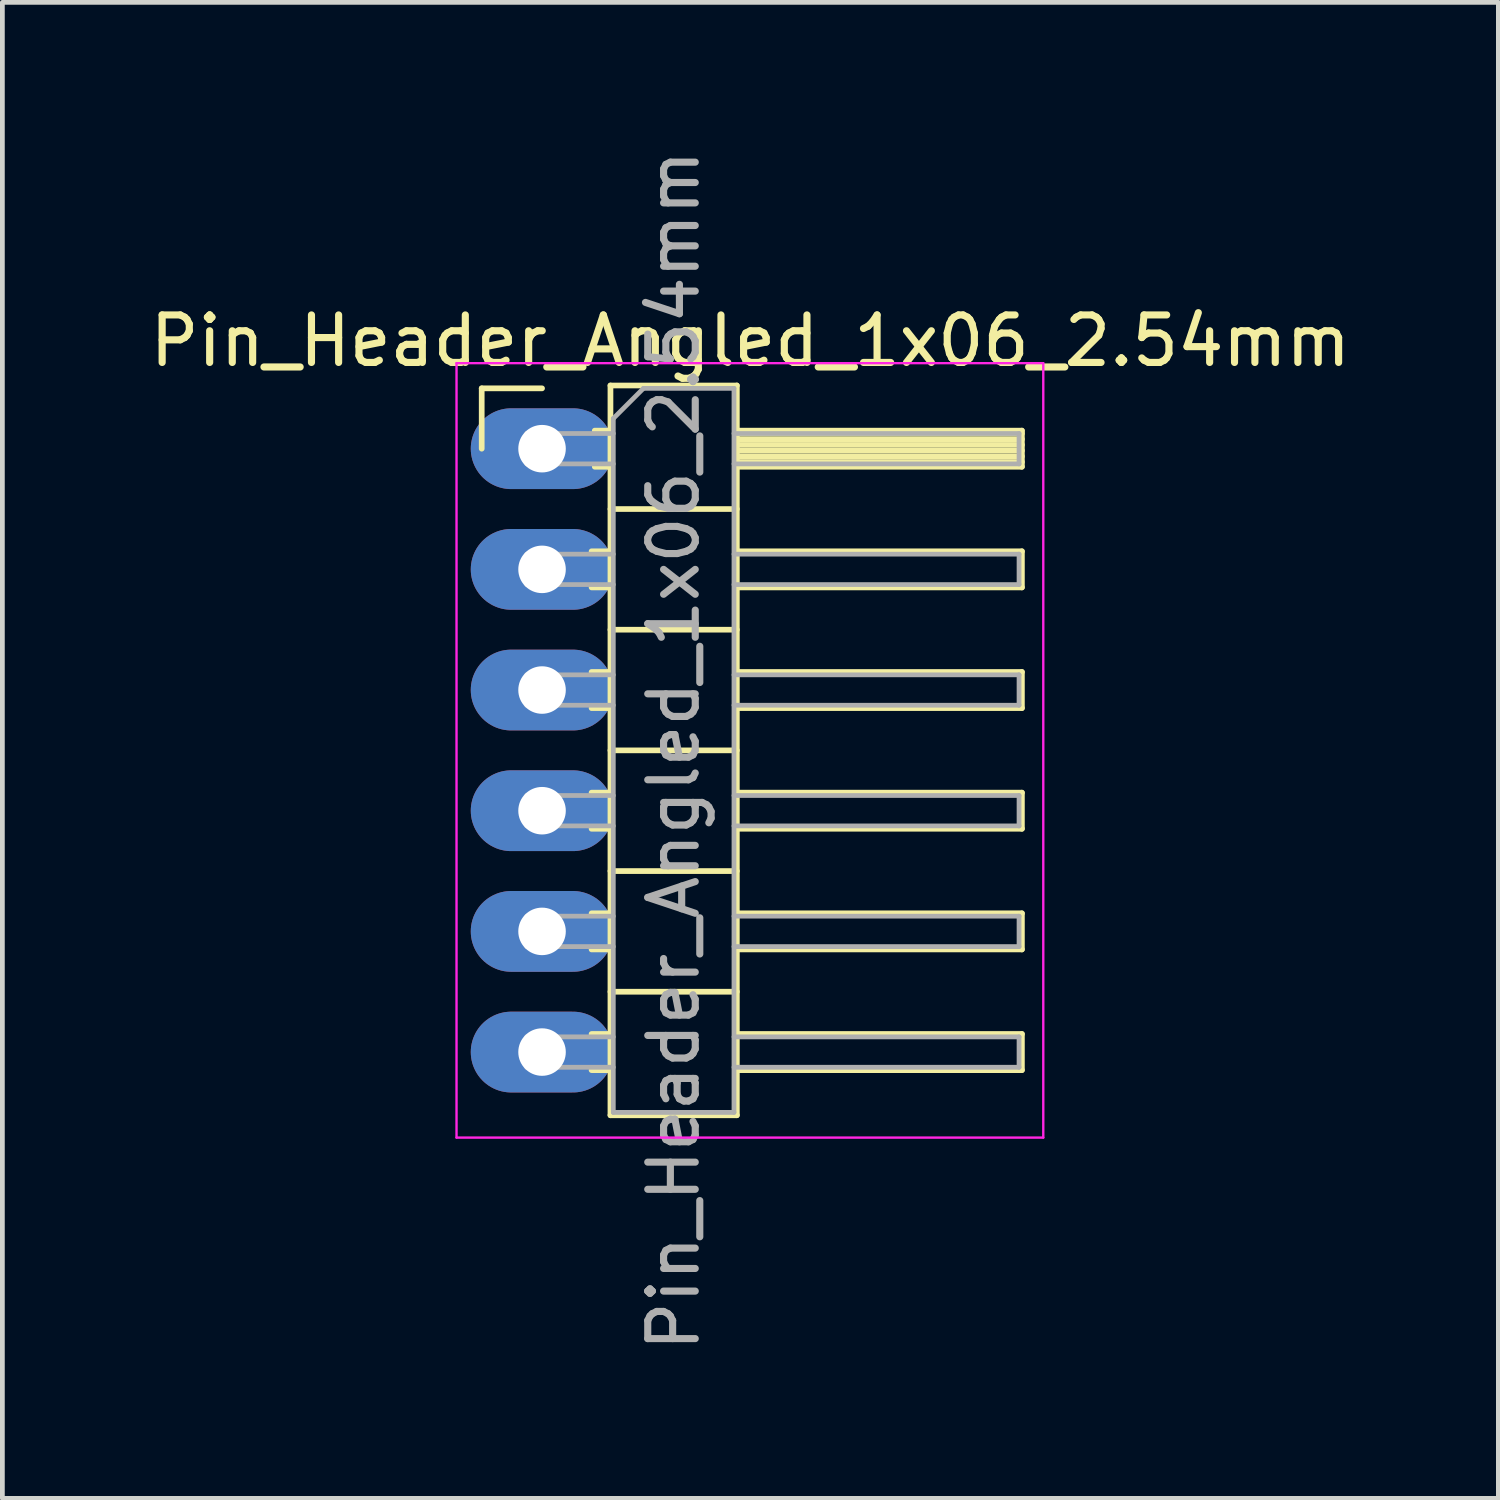
<source format=kicad_pcb>
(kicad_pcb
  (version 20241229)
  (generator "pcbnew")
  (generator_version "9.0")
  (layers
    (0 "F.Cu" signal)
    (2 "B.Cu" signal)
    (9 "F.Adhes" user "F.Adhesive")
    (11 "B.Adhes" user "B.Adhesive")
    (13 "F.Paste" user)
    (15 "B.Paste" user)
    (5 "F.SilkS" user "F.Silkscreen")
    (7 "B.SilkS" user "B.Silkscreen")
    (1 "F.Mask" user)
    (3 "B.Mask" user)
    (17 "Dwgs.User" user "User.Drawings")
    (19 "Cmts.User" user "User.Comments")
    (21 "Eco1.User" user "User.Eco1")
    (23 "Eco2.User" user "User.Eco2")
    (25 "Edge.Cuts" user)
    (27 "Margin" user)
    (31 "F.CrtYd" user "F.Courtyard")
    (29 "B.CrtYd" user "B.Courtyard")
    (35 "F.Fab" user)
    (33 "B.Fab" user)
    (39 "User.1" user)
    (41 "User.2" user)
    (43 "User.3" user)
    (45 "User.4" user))
  (footprint "Pin_Header_Angled_1x06_2.54mm"
    (layer "F.Cu")
    (at 8.359 6.394)
    (property "Reference" "Pin_Header_Angled_1x06_2.54mm" (at 4.385 -2.27 0) (layer "F.SilkS") (effects (font (size 1 1) (thickness 0.15))))
    (attr through_hole)
    (fp_line (start -1.27 -1.27) (end 0 -1.27) (stroke (width 0.12) (type solid)) (layer "F.SilkS"))
    (fp_line (start -1.27 0) (end -1.27 -1.27) (stroke (width 0.12) (type solid)) (layer "F.SilkS"))
    (fp_line (start 1.043 2.16) (end 1.44 2.16) (stroke (width 0.12) (type solid)) (layer "F.SilkS"))
    (fp_line (start 1.043 2.92) (end 1.44 2.92) (stroke (width 0.12) (type solid)) (layer "F.SilkS"))
    (fp_line (start 1.043 4.7) (end 1.44 4.7) (stroke (width 0.12) (type solid)) (layer "F.SilkS"))
    (fp_line (start 1.043 5.46) (end 1.44 5.46) (stroke (width 0.12) (type solid)) (layer "F.SilkS"))
    (fp_line (start 1.043 7.24) (end 1.44 7.24) (stroke (width 0.12) (type solid)) (layer "F.SilkS"))
    (fp_line (start 1.043 8) (end 1.44 8) (stroke (width 0.12) (type solid)) (layer "F.SilkS"))
    (fp_line (start 1.043 9.78) (end 1.44 9.78) (stroke (width 0.12) (type solid)) (layer "F.SilkS"))
    (fp_line (start 1.043 10.54) (end 1.44 10.54) (stroke (width 0.12) (type solid)) (layer "F.SilkS"))
    (fp_line (start 1.043 12.32) (end 1.44 12.32) (stroke (width 0.12) (type solid)) (layer "F.SilkS"))
    (fp_line (start 1.043 13.08) (end 1.44 13.08) (stroke (width 0.12) (type solid)) (layer "F.SilkS"))
    (fp_line (start 1.11 -0.38) (end 1.44 -0.38) (stroke (width 0.12) (type solid)) (layer "F.SilkS"))
    (fp_line (start 1.11 0.38) (end 1.44 0.38) (stroke (width 0.12) (type solid)) (layer "F.SilkS"))
    (fp_line (start 1.44 -1.33) (end 1.44 14.03) (stroke (width 0.12) (type solid)) (layer "F.SilkS"))
    (fp_line (start 1.44 1.27) (end 4.1 1.27) (stroke (width 0.12) (type solid)) (layer "F.SilkS"))
    (fp_line (start 1.44 3.81) (end 4.1 3.81) (stroke (width 0.12) (type solid)) (layer "F.SilkS"))
    (fp_line (start 1.44 6.35) (end 4.1 6.35) (stroke (width 0.12) (type solid)) (layer "F.SilkS"))
    (fp_line (start 1.44 8.89) (end 4.1 8.89) (stroke (width 0.12) (type solid)) (layer "F.SilkS"))
    (fp_line (start 1.44 11.43) (end 4.1 11.43) (stroke (width 0.12) (type solid)) (layer "F.SilkS"))
    (fp_line (start 1.44 14.03) (end 4.1 14.03) (stroke (width 0.12) (type solid)) (layer "F.SilkS"))
    (fp_line (start 4.1 -1.33) (end 1.44 -1.33) (stroke (width 0.12) (type solid)) (layer "F.SilkS"))
    (fp_line (start 4.1 -0.38) (end 10.1 -0.38) (stroke (width 0.12) (type solid)) (layer "F.SilkS"))
    (fp_line (start 4.1 -0.32) (end 10.1 -0.32) (stroke (width 0.12) (type solid)) (layer "F.SilkS"))
    (fp_line (start 4.1 -0.2) (end 10.1 -0.2) (stroke (width 0.12) (type solid)) (layer "F.SilkS"))
    (fp_line (start 4.1 -0.08) (end 10.1 -0.08) (stroke (width 0.12) (type solid)) (layer "F.SilkS"))
    (fp_line (start 4.1 0.04) (end 10.1 0.04) (stroke (width 0.12) (type solid)) (layer "F.SilkS"))
    (fp_line (start 4.1 0.16) (end 10.1 0.16) (stroke (width 0.12) (type solid)) (layer "F.SilkS"))
    (fp_line (start 4.1 0.28) (end 10.1 0.28) (stroke (width 0.12) (type solid)) (layer "F.SilkS"))
    (fp_line (start 4.1 2.16) (end 10.1 2.16) (stroke (width 0.12) (type solid)) (layer "F.SilkS"))
    (fp_line (start 4.1 4.7) (end 10.1 4.7) (stroke (width 0.12) (type solid)) (layer "F.SilkS"))
    (fp_line (start 4.1 7.24) (end 10.1 7.24) (stroke (width 0.12) (type solid)) (layer "F.SilkS"))
    (fp_line (start 4.1 9.78) (end 10.1 9.78) (stroke (width 0.12) (type solid)) (layer "F.SilkS"))
    (fp_line (start 4.1 12.32) (end 10.1 12.32) (stroke (width 0.12) (type solid)) (layer "F.SilkS"))
    (fp_line (start 4.1 14.03) (end 4.1 -1.33) (stroke (width 0.12) (type solid)) (layer "F.SilkS"))
    (fp_line (start 10.1 -0.38) (end 10.1 0.38) (stroke (width 0.12) (type solid)) (layer "F.SilkS"))
    (fp_line (start 10.1 0.38) (end 4.1 0.38) (stroke (width 0.12) (type solid)) (layer "F.SilkS"))
    (fp_line (start 10.1 2.16) (end 10.1 2.92) (stroke (width 0.12) (type solid)) (layer "F.SilkS"))
    (fp_line (start 10.1 2.92) (end 4.1 2.92) (stroke (width 0.12) (type solid)) (layer "F.SilkS"))
    (fp_line (start 10.1 4.7) (end 10.1 5.46) (stroke (width 0.12) (type solid)) (layer "F.SilkS"))
    (fp_line (start 10.1 5.46) (end 4.1 5.46) (stroke (width 0.12) (type solid)) (layer "F.SilkS"))
    (fp_line (start 10.1 7.24) (end 10.1 8) (stroke (width 0.12) (type solid)) (layer "F.SilkS"))
    (fp_line (start 10.1 8) (end 4.1 8) (stroke (width 0.12) (type solid)) (layer "F.SilkS"))
    (fp_line (start 10.1 9.78) (end 10.1 10.54) (stroke (width 0.12) (type solid)) (layer "F.SilkS"))
    (fp_line (start 10.1 10.54) (end 4.1 10.54) (stroke (width 0.12) (type solid)) (layer "F.SilkS"))
    (fp_line (start 10.1 12.32) (end 10.1 13.08) (stroke (width 0.12) (type solid)) (layer "F.SilkS"))
    (fp_line (start 10.1 13.08) (end 4.1 13.08) (stroke (width 0.12) (type solid)) (layer "F.SilkS"))
    (fp_line (start -1.8 -1.8) (end -1.8 14.5) (stroke (width 0.05) (type solid)) (layer "F.CrtYd"))
    (fp_line (start -1.8 14.5) (end 10.55 14.5) (stroke (width 0.05) (type solid)) (layer "F.CrtYd"))
    (fp_line (start 10.55 -1.8) (end -1.8 -1.8) (stroke (width 0.05) (type solid)) (layer "F.CrtYd"))
    (fp_line (start 10.55 14.5) (end 10.55 -1.8) (stroke (width 0.05) (type solid)) (layer "F.CrtYd"))
    (fp_line (start -0.32 -0.32) (end -0.32 0.32) (stroke (width 0.1) (type solid)) (layer "F.Fab"))
    (fp_line (start -0.32 -0.32) (end 1.5 -0.32) (stroke (width 0.1) (type solid)) (layer "F.Fab"))
    (fp_line (start -0.32 0.32) (end 1.5 0.32) (stroke (width 0.1) (type solid)) (layer "F.Fab"))
    (fp_line (start -0.32 2.22) (end -0.32 2.86) (stroke (width 0.1) (type solid)) (layer "F.Fab"))
    (fp_line (start -0.32 2.22) (end 1.5 2.22) (stroke (width 0.1) (type solid)) (layer "F.Fab"))
    (fp_line (start -0.32 2.86) (end 1.5 2.86) (stroke (width 0.1) (type solid)) (layer "F.Fab"))
    (fp_line (start -0.32 4.76) (end -0.32 5.4) (stroke (width 0.1) (type solid)) (layer "F.Fab"))
    (fp_line (start -0.32 4.76) (end 1.5 4.76) (stroke (width 0.1) (type solid)) (layer "F.Fab"))
    (fp_line (start -0.32 5.4) (end 1.5 5.4) (stroke (width 0.1) (type solid)) (layer "F.Fab"))
    (fp_line (start -0.32 7.3) (end -0.32 7.94) (stroke (width 0.1) (type solid)) (layer "F.Fab"))
    (fp_line (start -0.32 7.3) (end 1.5 7.3) (stroke (width 0.1) (type solid)) (layer "F.Fab"))
    (fp_line (start -0.32 7.94) (end 1.5 7.94) (stroke (width 0.1) (type solid)) (layer "F.Fab"))
    (fp_line (start -0.32 9.84) (end -0.32 10.48) (stroke (width 0.1) (type solid)) (layer "F.Fab"))
    (fp_line (start -0.32 9.84) (end 1.5 9.84) (stroke (width 0.1) (type solid)) (layer "F.Fab"))
    (fp_line (start -0.32 10.48) (end 1.5 10.48) (stroke (width 0.1) (type solid)) (layer "F.Fab"))
    (fp_line (start -0.32 12.38) (end -0.32 13.02) (stroke (width 0.1) (type solid)) (layer "F.Fab"))
    (fp_line (start -0.32 12.38) (end 1.5 12.38) (stroke (width 0.1) (type solid)) (layer "F.Fab"))
    (fp_line (start -0.32 13.02) (end 1.5 13.02) (stroke (width 0.1) (type solid)) (layer "F.Fab"))
    (fp_line (start 1.5 -0.635) (end 2.135 -1.27) (stroke (width 0.1) (type solid)) (layer "F.Fab"))
    (fp_line (start 1.5 13.97) (end 1.5 -0.635) (stroke (width 0.1) (type solid)) (layer "F.Fab"))
    (fp_line (start 2.135 -1.27) (end 4.04 -1.27) (stroke (width 0.1) (type solid)) (layer "F.Fab"))
    (fp_line (start 4.04 -1.27) (end 4.04 13.97) (stroke (width 0.1) (type solid)) (layer "F.Fab"))
    (fp_line (start 4.04 -0.32) (end 10.04 -0.32) (stroke (width 0.1) (type solid)) (layer "F.Fab"))
    (fp_line (start 4.04 0.32) (end 10.04 0.32) (stroke (width 0.1) (type solid)) (layer "F.Fab"))
    (fp_line (start 4.04 2.22) (end 10.04 2.22) (stroke (width 0.1) (type solid)) (layer "F.Fab"))
    (fp_line (start 4.04 2.86) (end 10.04 2.86) (stroke (width 0.1) (type solid)) (layer "F.Fab"))
    (fp_line (start 4.04 4.76) (end 10.04 4.76) (stroke (width 0.1) (type solid)) (layer "F.Fab"))
    (fp_line (start 4.04 5.4) (end 10.04 5.4) (stroke (width 0.1) (type solid)) (layer "F.Fab"))
    (fp_line (start 4.04 7.3) (end 10.04 7.3) (stroke (width 0.1) (type solid)) (layer "F.Fab"))
    (fp_line (start 4.04 7.94) (end 10.04 7.94) (stroke (width 0.1) (type solid)) (layer "F.Fab"))
    (fp_line (start 4.04 9.84) (end 10.04 9.84) (stroke (width 0.1) (type solid)) (layer "F.Fab"))
    (fp_line (start 4.04 10.48) (end 10.04 10.48) (stroke (width 0.1) (type solid)) (layer "F.Fab"))
    (fp_line (start 4.04 12.38) (end 10.04 12.38) (stroke (width 0.1) (type solid)) (layer "F.Fab"))
    (fp_line (start 4.04 13.02) (end 10.04 13.02) (stroke (width 0.1) (type solid)) (layer "F.Fab"))
    (fp_line (start 4.04 13.97) (end 1.5 13.97) (stroke (width 0.1) (type solid)) (layer "F.Fab"))
    (fp_line (start 10.04 -0.32) (end 10.04 0.32) (stroke (width 0.1) (type solid)) (layer "F.Fab"))
    (fp_line (start 10.04 2.22) (end 10.04 2.86) (stroke (width 0.1) (type solid)) (layer "F.Fab"))
    (fp_line (start 10.04 4.76) (end 10.04 5.4) (stroke (width 0.1) (type solid)) (layer "F.Fab"))
    (fp_line (start 10.04 7.3) (end 10.04 7.94) (stroke (width 0.1) (type solid)) (layer "F.Fab"))
    (fp_line (start 10.04 9.84) (end 10.04 10.48) (stroke (width 0.1) (type solid)) (layer "F.Fab"))
    (fp_line (start 10.04 12.38) (end 10.04 13.02) (stroke (width 0.1) (type solid)) (layer "F.Fab"))
    (fp_text user "${REFERENCE}" (at 2.77 6.35 90) (layer "F.Fab") (effects (font (size 1 1) (thickness 0.15))))
    (pad "1" thru_hole oval (at 0 0) (size 3 1.7) (drill 1) (layers "*.Cu" "*.Mask"))
    (pad "2" thru_hole oval (at 0 2.54) (size 3 1.7) (drill 1) (layers "*.Cu" "*.Mask"))
    (pad "3" thru_hole oval (at 0 5.08) (size 3 1.7) (drill 1) (layers "*.Cu" "*.Mask"))
    (pad "4" thru_hole oval (at 0 7.62) (size 3 1.7) (drill 1) (layers "*.Cu" "*.Mask"))
    (pad "5" thru_hole oval (at 0 10.16) (size 3 1.7) (drill 1) (layers "*.Cu" "*.Mask"))
    (pad "6" thru_hole oval (at 0 12.7) (size 3 1.7) (drill 1) (layers "*.Cu" "*.Mask")))
  (gr_rect
    (start -3 -3)
    (end 28.488 28.488)
    (stroke (width 0.1) (type default))
    (fill no)
    (layer "Edge.Cuts")))
</source>
